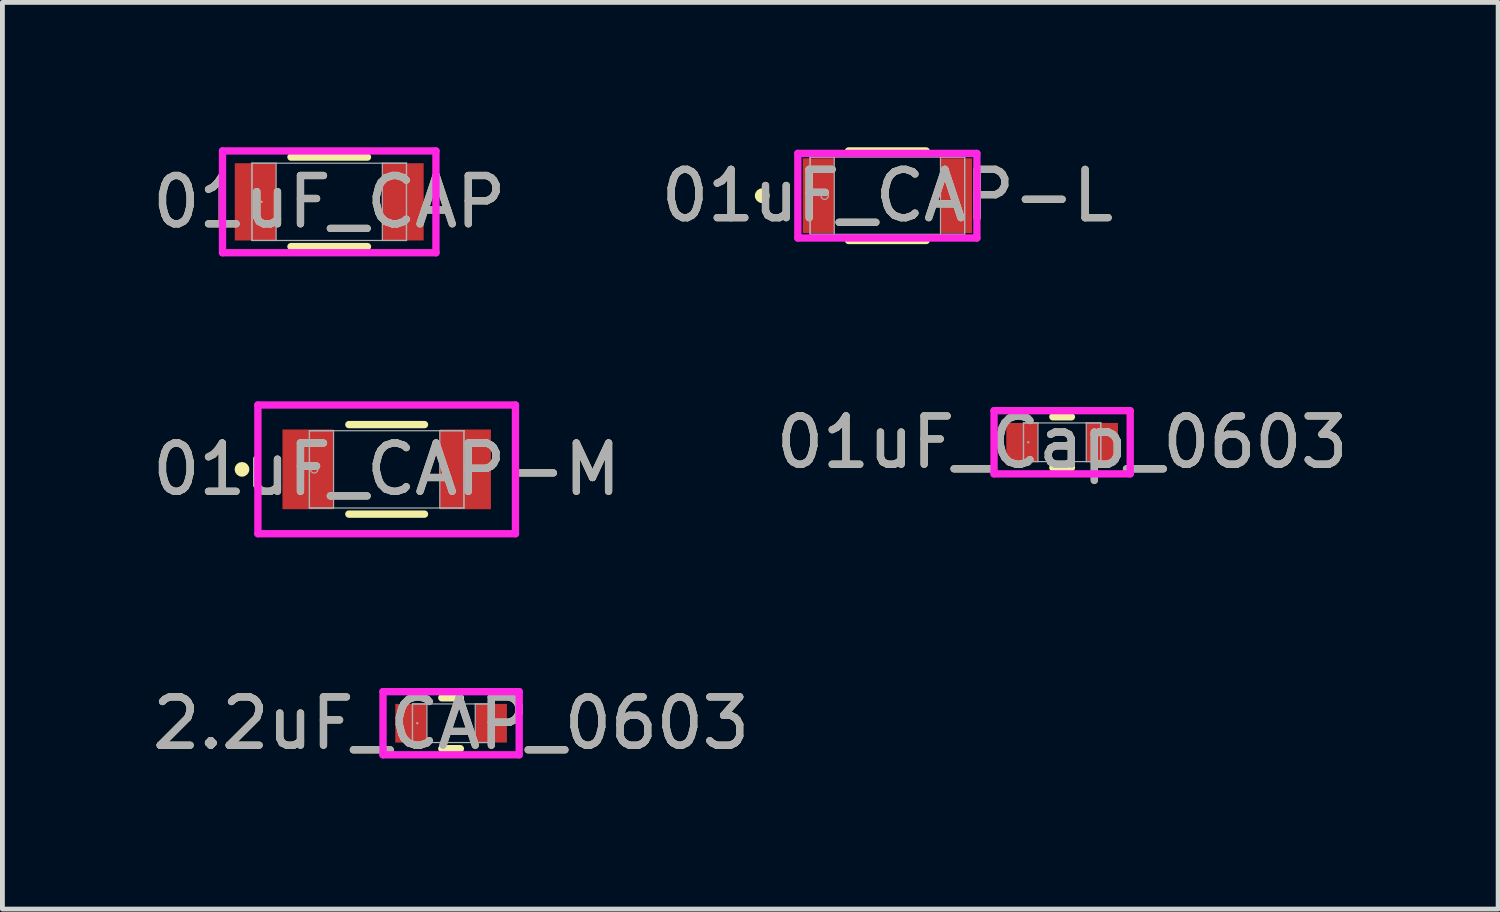
<source format=kicad_pcb>
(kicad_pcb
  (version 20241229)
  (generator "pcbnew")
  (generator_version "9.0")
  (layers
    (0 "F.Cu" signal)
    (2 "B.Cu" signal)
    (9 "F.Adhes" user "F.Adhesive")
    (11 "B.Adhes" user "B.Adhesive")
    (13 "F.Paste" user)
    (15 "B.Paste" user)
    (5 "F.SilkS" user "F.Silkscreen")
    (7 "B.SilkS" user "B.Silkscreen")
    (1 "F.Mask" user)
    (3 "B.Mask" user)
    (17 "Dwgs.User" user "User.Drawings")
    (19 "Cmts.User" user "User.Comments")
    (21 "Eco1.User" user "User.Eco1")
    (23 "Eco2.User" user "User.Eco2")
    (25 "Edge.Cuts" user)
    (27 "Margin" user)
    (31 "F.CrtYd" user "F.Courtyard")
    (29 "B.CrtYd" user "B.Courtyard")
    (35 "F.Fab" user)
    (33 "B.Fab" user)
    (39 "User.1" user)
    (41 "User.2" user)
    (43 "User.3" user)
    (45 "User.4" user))
  (footprint "01uF_CAP-L"
    (layer "F.Cu")
    (at 15.327 1.003)
    (property "Reference" "01uF_CAP-L" (at 0 0 0) (unlocked yes) (layer "F.SilkS") (effects (font (size 1 1) (thickness 0.15))))
    (attr smd)
    (fp_line (start -0.804 0.927) (end 0.804 0.927) (stroke (width 0.152) (type solid)) (layer "F.SilkS"))
    (fp_line (start 0.804 -0.927) (end -0.804 -0.927) (stroke (width 0.152) (type solid)) (layer "F.SilkS"))
    (fp_circle (center -2.591 0) (end -2.514 0) (stroke (width 0.152) (type solid)) (fill no) (layer "F.SilkS"))
    (fp_line (start -1.854 -0.876) (end 1.854 -0.876) (stroke (width 0.152) (type solid)) (layer "F.CrtYd"))
    (fp_line (start -1.854 0.876) (end -1.854 -0.876) (stroke (width 0.152) (type solid)) (layer "F.CrtYd"))
    (fp_line (start 1.854 -0.876) (end 1.854 0.876) (stroke (width 0.152) (type solid)) (layer "F.CrtYd"))
    (fp_line (start 1.854 0.876) (end -1.854 0.876) (stroke (width 0.152) (type solid)) (layer "F.CrtYd"))
    (fp_line (start -1.6 -0.8) (end -1.6 0.8) (stroke (width 0.025) (type solid)) (layer "F.Fab"))
    (fp_line (start -1.6 -0.8) (end -1.6 0.8) (stroke (width 0.025) (type solid)) (layer "F.Fab"))
    (fp_line (start -1.6 0.8) (end -1.1 0.8) (stroke (width 0.025) (type solid)) (layer "F.Fab"))
    (fp_line (start -1.6 0.8) (end 1.6 0.8) (stroke (width 0.025) (type solid)) (layer "F.Fab"))
    (fp_line (start -1.1 -0.8) (end -1.6 -0.8) (stroke (width 0.025) (type solid)) (layer "F.Fab"))
    (fp_line (start -1.1 0.8) (end -1.1 -0.8) (stroke (width 0.025) (type solid)) (layer "F.Fab"))
    (fp_line (start 1.1 -0.8) (end 1.1 0.8) (stroke (width 0.025) (type solid)) (layer "F.Fab"))
    (fp_line (start 1.1 0.8) (end 1.6 0.8) (stroke (width 0.025) (type solid)) (layer "F.Fab"))
    (fp_line (start 1.6 -0.8) (end -1.6 -0.8) (stroke (width 0.025) (type solid)) (layer "F.Fab"))
    (fp_line (start 1.6 -0.8) (end 1.1 -0.8) (stroke (width 0.025) (type solid)) (layer "F.Fab"))
    (fp_line (start 1.6 0.8) (end 1.6 -0.8) (stroke (width 0.025) (type solid)) (layer "F.Fab"))
    (fp_line (start 1.6 0.8) (end 1.6 -0.8) (stroke (width 0.025) (type solid)) (layer "F.Fab"))
    (fp_circle (center -1.299 0) (end -1.223 0) (stroke (width 0.025) (type solid)) (fill no) (layer "F.Fab"))
    (fp_text user "${REFERENCE}" (at 0 0 0) (unlocked yes) (layer "F.Fab") (effects (font (size 1 1) (thickness 0.15))))
    (pad "1" smd rect (at -1.426 0) (size 0.652 1.549) (layers "F.Cu" "F.Mask" "F.Paste"))
    (pad "2" smd rect (at 1.426 0) (size 0.652 1.549) (layers "F.Cu" "F.Mask" "F.Paste"))
    (zone (net_name "") (layer "F.Cu") (hatch full 0.508) (connect_pads) (min_thickness 0.254) (filled_areas_thickness no) (keepout (tracks not_allowed) (vias not_allowed) (pads allowed) (copperpour not_allowed) (footprints allowed)) (placement (enabled no)) (fill) (polygon (pts (xy 14.278 0.254) (xy 16.377 0.254) (xy 16.377 1.752) (xy 14.278 1.752)))))
  (footprint "01uF_CAP-M"
    (layer "F.Cu")
    (at 4.958 6.67)
    (property "Reference" "01uF_CAP-M" (at 0 0 0) (unlocked yes) (layer "F.SilkS") (effects (font (size 1 1) (thickness 0.15))))
    (attr smd)
    (fp_line (start -0.783 0.927) (end 0.783 0.927) (stroke (width 0.152) (type solid)) (layer "F.SilkS"))
    (fp_line (start 0.783 -0.927) (end -0.783 -0.927) (stroke (width 0.152) (type solid)) (layer "F.SilkS"))
    (fp_circle (center -2.997 0) (end -2.921 0) (stroke (width 0.152) (type solid)) (fill no) (layer "F.SilkS"))
    (fp_line (start -2.667 -1.333) (end 2.667 -1.333) (stroke (width 0.152) (type solid)) (layer "F.CrtYd"))
    (fp_line (start -2.667 1.333) (end -2.667 -1.333) (stroke (width 0.152) (type solid)) (layer "F.CrtYd"))
    (fp_line (start 2.667 -1.333) (end 2.667 1.333) (stroke (width 0.152) (type solid)) (layer "F.CrtYd"))
    (fp_line (start 2.667 1.333) (end -2.667 1.333) (stroke (width 0.152) (type solid)) (layer "F.CrtYd"))
    (fp_line (start -1.6 -0.8) (end -1.6 0.8) (stroke (width 0.025) (type solid)) (layer "F.Fab"))
    (fp_line (start -1.6 -0.8) (end -1.6 0.8) (stroke (width 0.025) (type solid)) (layer "F.Fab"))
    (fp_line (start -1.6 0.8) (end -1.1 0.8) (stroke (width 0.025) (type solid)) (layer "F.Fab"))
    (fp_line (start -1.6 0.8) (end 1.6 0.8) (stroke (width 0.025) (type solid)) (layer "F.Fab"))
    (fp_line (start -1.1 -0.8) (end -1.6 -0.8) (stroke (width 0.025) (type solid)) (layer "F.Fab"))
    (fp_line (start -1.1 0.8) (end -1.1 -0.8) (stroke (width 0.025) (type solid)) (layer "F.Fab"))
    (fp_line (start 1.1 -0.8) (end 1.1 0.8) (stroke (width 0.025) (type solid)) (layer "F.Fab"))
    (fp_line (start 1.1 0.8) (end 1.6 0.8) (stroke (width 0.025) (type solid)) (layer "F.Fab"))
    (fp_line (start 1.6 -0.8) (end -1.6 -0.8) (stroke (width 0.025) (type solid)) (layer "F.Fab"))
    (fp_line (start 1.6 -0.8) (end 1.1 -0.8) (stroke (width 0.025) (type solid)) (layer "F.Fab"))
    (fp_line (start 1.6 0.8) (end 1.6 -0.8) (stroke (width 0.025) (type solid)) (layer "F.Fab"))
    (fp_line (start 1.6 0.8) (end 1.6 -0.8) (stroke (width 0.025) (type solid)) (layer "F.Fab"))
    (fp_circle (center -1.502 0) (end -1.426 0) (stroke (width 0.025) (type solid)) (fill no) (layer "F.Fab"))
    (fp_text user "${REFERENCE}" (at 0 0 0) (unlocked yes) (layer "F.Fab") (effects (font (size 1 1) (thickness 0.15))))
    (pad "1" smd rect (at -1.629 0) (size 1.059 1.651) (layers "F.Cu" "F.Mask" "F.Paste"))
    (pad "2" smd rect (at 1.629 0) (size 1.059 1.651) (layers "F.Cu" "F.Mask" "F.Paste"))
    (zone (net_name "") (layer "F.Cu") (hatch full 0.508) (connect_pads) (min_thickness 0.254) (filled_areas_thickness no) (keepout (tracks not_allowed) (vias not_allowed) (pads allowed) (copperpour not_allowed) (footprints allowed)) (placement (enabled no)) (fill) (polygon (pts (xy 3.909 5.921) (xy 6.008 5.921) (xy 6.008 7.419) (xy 3.909 7.419)))))
  (footprint "01uF_Cap_0603"
    (layer "F.Cu")
    (at 18.946 6.109)
    (property "Reference" "01uF_Cap_0603" (at 0 0 0) (unlocked yes) (layer "F.SilkS") (effects (font (size 1 1) (thickness 0.15))))
    (attr smd)
    (fp_line (start -0.192 0.527) (end 0.192 0.527) (stroke (width 0.152) (type solid)) (layer "F.SilkS"))
    (fp_line (start 0.192 -0.527) (end -0.192 -0.527) (stroke (width 0.152) (type solid)) (layer "F.SilkS"))
    (fp_line (start -1.41 -0.654) (end 1.41 -0.654) (stroke (width 0.152) (type solid)) (layer "F.CrtYd"))
    (fp_line (start -1.41 0.654) (end -1.41 -0.654) (stroke (width 0.152) (type solid)) (layer "F.CrtYd"))
    (fp_line (start 1.41 -0.654) (end 1.41 0.654) (stroke (width 0.152) (type solid)) (layer "F.CrtYd"))
    (fp_line (start 1.41 0.654) (end -1.41 0.654) (stroke (width 0.152) (type solid)) (layer "F.CrtYd"))
    (fp_line (start -0.8 -0.4) (end -0.8 0.4) (stroke (width 0.025) (type solid)) (layer "F.Fab"))
    (fp_line (start -0.8 -0.4) (end -0.8 0.4) (stroke (width 0.025) (type solid)) (layer "F.Fab"))
    (fp_line (start -0.8 0.4) (end -0.5 0.4) (stroke (width 0.025) (type solid)) (layer "F.Fab"))
    (fp_line (start -0.8 0.4) (end 0.8 0.4) (stroke (width 0.025) (type solid)) (layer "F.Fab"))
    (fp_line (start -0.5 -0.4) (end -0.8 -0.4) (stroke (width 0.025) (type solid)) (layer "F.Fab"))
    (fp_line (start -0.5 0.4) (end -0.5 -0.4) (stroke (width 0.025) (type solid)) (layer "F.Fab"))
    (fp_line (start 0.5 -0.4) (end 0.5 0.4) (stroke (width 0.025) (type solid)) (layer "F.Fab"))
    (fp_line (start 0.5 0.4) (end 0.8 0.4) (stroke (width 0.025) (type solid)) (layer "F.Fab"))
    (fp_line (start 0.8 -0.4) (end -0.8 -0.4) (stroke (width 0.025) (type solid)) (layer "F.Fab"))
    (fp_line (start 0.8 -0.4) (end 0.5 -0.4) (stroke (width 0.025) (type solid)) (layer "F.Fab"))
    (fp_line (start 0.8 0.4) (end 0.8 -0.4) (stroke (width 0.025) (type solid)) (layer "F.Fab"))
    (fp_line (start 0.8 0.4) (end 0.8 -0.4) (stroke (width 0.025) (type solid)) (layer "F.Fab"))
    (fp_circle (center -0.701 0) (end -0.701 0) (stroke (width 0.025) (type solid)) (fill no) (layer "F.Fab"))
    (fp_text user "${REFERENCE}" (at 0 0 0) (unlocked yes) (layer "F.Fab") (effects (font (size 1 1) (thickness 0.15))))
    (pad "1" smd rect (at -0.828 0) (size 0.656 0.8) (layers "F.Cu" "F.Mask" "F.Paste"))
    (pad "2" smd rect (at 0.828 0) (size 0.656 0.8) (layers "F.Cu" "F.Mask" "F.Paste"))
    (zone (net_name "") (layer "F.Cu") (hatch full 0.508) (connect_pads) (min_thickness 0.254) (filled_areas_thickness no) (keepout (tracks not_allowed) (vias not_allowed) (pads allowed) (copperpour not_allowed) (footprints allowed)) (placement (enabled no)) (fill) (polygon (pts (xy 18.497 5.759) (xy 19.396 5.759) (xy 19.396 6.458) (xy 18.497 6.458)))))
  (footprint "2.2uF_CAP_0603"
    (layer "F.Cu")
    (at 6.292 11.928)
    (property "Reference" "2.2uF_CAP_0603" (at 0 0 0) (unlocked yes) (layer "F.SilkS") (effects (font (size 1 1) (thickness 0.15))))
    (attr smd)
    (fp_line (start -0.192 0.527) (end 0.192 0.527) (stroke (width 0.152) (type solid)) (layer "F.SilkS"))
    (fp_line (start 0.192 -0.527) (end -0.192 -0.527) (stroke (width 0.152) (type solid)) (layer "F.SilkS"))
    (fp_line (start -1.41 -0.654) (end 1.41 -0.654) (stroke (width 0.152) (type solid)) (layer "F.CrtYd"))
    (fp_line (start -1.41 0.654) (end -1.41 -0.654) (stroke (width 0.152) (type solid)) (layer "F.CrtYd"))
    (fp_line (start 1.41 -0.654) (end 1.41 0.654) (stroke (width 0.152) (type solid)) (layer "F.CrtYd"))
    (fp_line (start 1.41 0.654) (end -1.41 0.654) (stroke (width 0.152) (type solid)) (layer "F.CrtYd"))
    (fp_line (start -0.8 -0.4) (end -0.8 0.4) (stroke (width 0.025) (type solid)) (layer "F.Fab"))
    (fp_line (start -0.8 -0.4) (end -0.8 0.4) (stroke (width 0.025) (type solid)) (layer "F.Fab"))
    (fp_line (start -0.8 0.4) (end -0.5 0.4) (stroke (width 0.025) (type solid)) (layer "F.Fab"))
    (fp_line (start -0.8 0.4) (end 0.8 0.4) (stroke (width 0.025) (type solid)) (layer "F.Fab"))
    (fp_line (start -0.5 -0.4) (end -0.8 -0.4) (stroke (width 0.025) (type solid)) (layer "F.Fab"))
    (fp_line (start -0.5 0.4) (end -0.5 -0.4) (stroke (width 0.025) (type solid)) (layer "F.Fab"))
    (fp_line (start 0.5 -0.4) (end 0.5 0.4) (stroke (width 0.025) (type solid)) (layer "F.Fab"))
    (fp_line (start 0.5 0.4) (end 0.8 0.4) (stroke (width 0.025) (type solid)) (layer "F.Fab"))
    (fp_line (start 0.8 -0.4) (end -0.8 -0.4) (stroke (width 0.025) (type solid)) (layer "F.Fab"))
    (fp_line (start 0.8 -0.4) (end 0.5 -0.4) (stroke (width 0.025) (type solid)) (layer "F.Fab"))
    (fp_line (start 0.8 0.4) (end 0.8 -0.4) (stroke (width 0.025) (type solid)) (layer "F.Fab"))
    (fp_line (start 0.8 0.4) (end 0.8 -0.4) (stroke (width 0.025) (type solid)) (layer "F.Fab"))
    (fp_circle (center -0.701 0) (end -0.701 0) (stroke (width 0.025) (type solid)) (fill no) (layer "F.Fab"))
    (fp_text user "${REFERENCE}" (at 0 0 0) (unlocked yes) (layer "F.Fab") (effects (font (size 1 1) (thickness 0.15))))
    (pad "1" smd rect (at -0.828 0) (size 0.656 0.8) (layers "F.Cu" "F.Mask" "F.Paste"))
    (pad "2" smd rect (at 0.828 0) (size 0.656 0.8) (layers "F.Cu" "F.Mask" "F.Paste"))
    (zone (net_name "") (layer "F.Cu") (hatch full 0.508) (connect_pads) (min_thickness 0.254) (filled_areas_thickness no) (keepout (tracks not_allowed) (vias not_allowed) (pads allowed) (copperpour not_allowed) (footprints allowed)) (placement (enabled no)) (fill) (polygon (pts (xy 5.842 11.579) (xy 6.741 11.579) (xy 6.741 12.277) (xy 5.842 12.277)))))
  (footprint "01uF_CAP"
    (layer "F.Cu")
    (at 3.768 1.13)
    (property "Reference" "01uF_CAP" (at 0 0 0) (unlocked yes) (layer "F.SilkS") (effects (font (size 1 1) (thickness 0.15))))
    (attr smd)
    (fp_line (start -0.792 0.927) (end 0.792 0.927) (stroke (width 0.152) (type solid)) (layer "F.SilkS"))
    (fp_line (start 0.792 -0.927) (end -0.792 -0.927) (stroke (width 0.152) (type solid)) (layer "F.SilkS"))
    (fp_line (start -2.21 -1.054) (end 2.21 -1.054) (stroke (width 0.152) (type solid)) (layer "F.CrtYd"))
    (fp_line (start -2.21 1.054) (end -2.21 -1.054) (stroke (width 0.152) (type solid)) (layer "F.CrtYd"))
    (fp_line (start 2.21 -1.054) (end 2.21 1.054) (stroke (width 0.152) (type solid)) (layer "F.CrtYd"))
    (fp_line (start 2.21 1.054) (end -2.21 1.054) (stroke (width 0.152) (type solid)) (layer "F.CrtYd"))
    (fp_line (start -1.6 -0.8) (end -1.6 0.8) (stroke (width 0.025) (type solid)) (layer "F.Fab"))
    (fp_line (start -1.6 -0.8) (end -1.6 0.8) (stroke (width 0.025) (type solid)) (layer "F.Fab"))
    (fp_line (start -1.6 0.8) (end -1.1 0.8) (stroke (width 0.025) (type solid)) (layer "F.Fab"))
    (fp_line (start -1.6 0.8) (end 1.6 0.8) (stroke (width 0.025) (type solid)) (layer "F.Fab"))
    (fp_line (start -1.1 -0.8) (end -1.6 -0.8) (stroke (width 0.025) (type solid)) (layer "F.Fab"))
    (fp_line (start -1.1 0.8) (end -1.1 -0.8) (stroke (width 0.025) (type solid)) (layer "F.Fab"))
    (fp_line (start 1.1 -0.8) (end 1.1 0.8) (stroke (width 0.025) (type solid)) (layer "F.Fab"))
    (fp_line (start 1.1 0.8) (end 1.6 0.8) (stroke (width 0.025) (type solid)) (layer "F.Fab"))
    (fp_line (start 1.6 -0.8) (end -1.6 -0.8) (stroke (width 0.025) (type solid)) (layer "F.Fab"))
    (fp_line (start 1.6 -0.8) (end 1.1 -0.8) (stroke (width 0.025) (type solid)) (layer "F.Fab"))
    (fp_line (start 1.6 0.8) (end 1.6 -0.8) (stroke (width 0.025) (type solid)) (layer "F.Fab"))
    (fp_line (start 1.6 0.8) (end 1.6 -0.8) (stroke (width 0.025) (type solid)) (layer "F.Fab"))
    (fp_circle (center -1.401 0) (end -1.401 0) (stroke (width 0.025) (type solid)) (fill no) (layer "F.Fab"))
    (fp_text user "${REFERENCE}" (at 0 0 0) (unlocked yes) (layer "F.Fab") (effects (font (size 1 1) (thickness 0.15))))
    (pad "1" smd rect (at -1.528 0) (size 0.856 1.6) (layers "F.Cu" "F.Mask" "F.Paste"))
    (pad "2" smd rect (at 1.528 0) (size 0.856 1.6) (layers "F.Cu" "F.Mask" "F.Paste"))
    (zone (net_name "") (layer "F.Cu") (hatch full 0.508) (connect_pads) (min_thickness 0.254) (filled_areas_thickness no) (keepout (tracks not_allowed) (vias not_allowed) (pads allowed) (copperpour not_allowed) (footprints allowed)) (placement (enabled no)) (fill) (polygon (pts (xy 2.719 0.381) (xy 4.817 0.381) (xy 4.817 1.879) (xy 2.719 1.879)))))
  (gr_rect
    (start -3 -3)
    (end 27.976 15.776)
    (stroke (width 0.1) (type default))
    (fill no)
    (layer "Edge.Cuts")))
</source>
